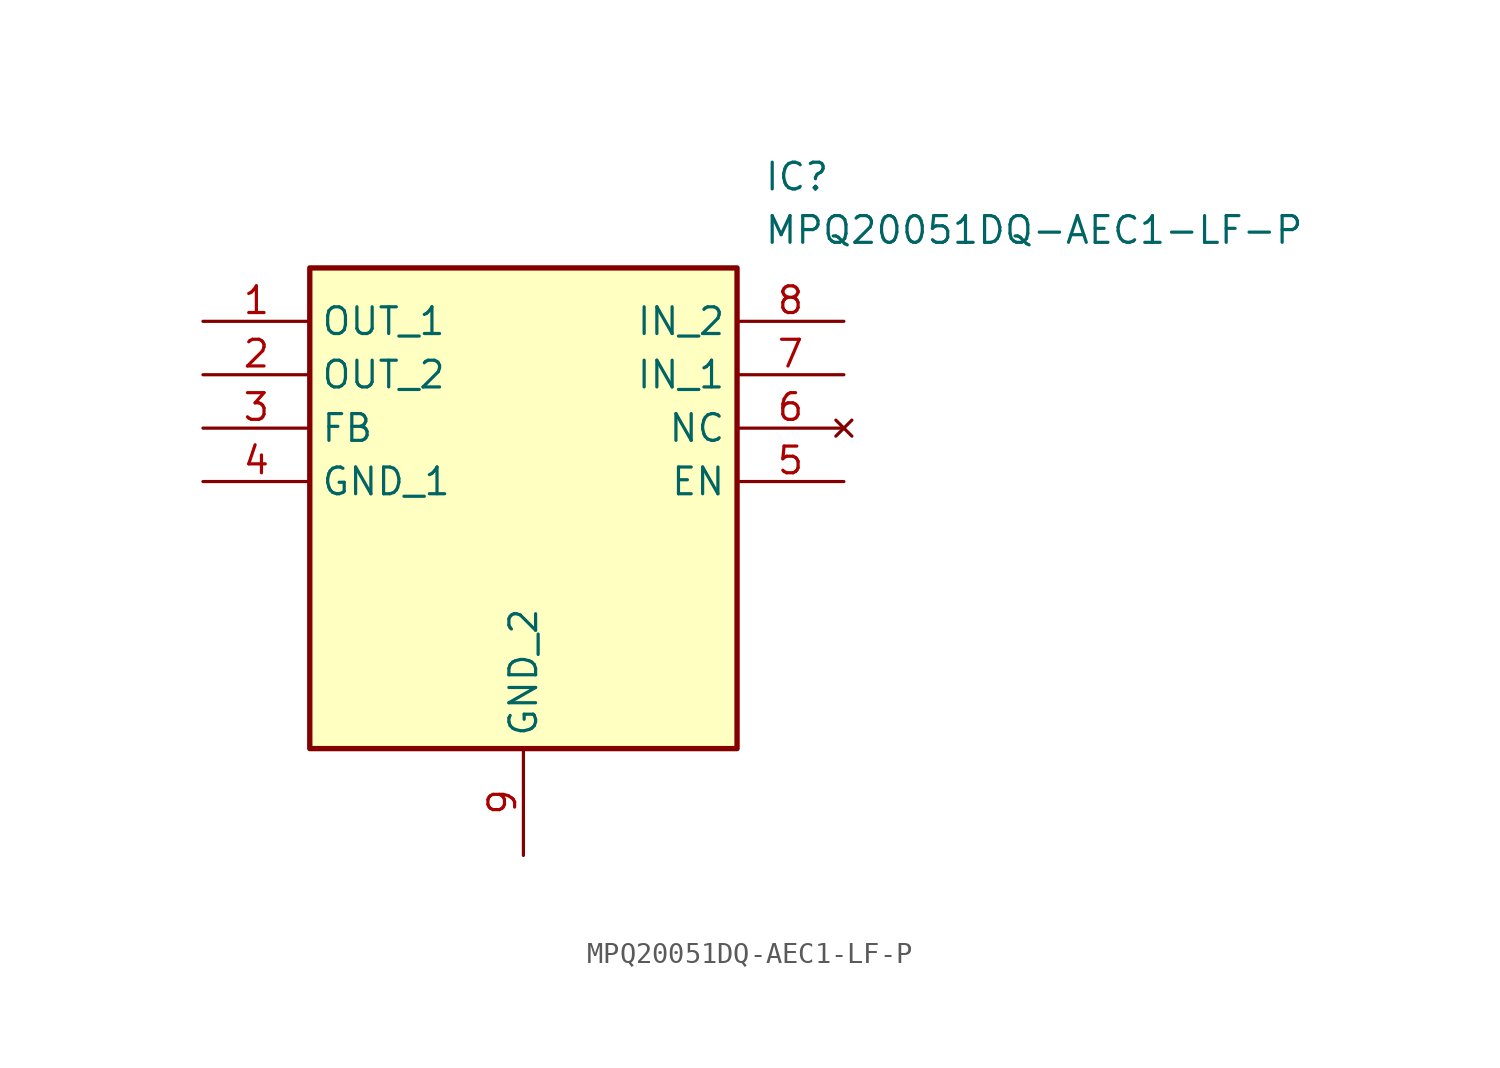
<source format=kicad_sym>
(kicad_symbol_lib
  (version 20211014)
  (generator SamacSys_ECAD_Model)
  (symbol "MPQ20051DQ-AEC1-LF-P"
    (property "Reference" "IC"
      (at 26.67 7.62 0)
      (effects (font (size 1.27 1.27)) (justify left top)))
    (property "Value" "MPQ20051DQ-AEC1-LF-P"
      (at 26.67 5.08 0)
      (effects (font (size 1.27 1.27)) (justify left top)))
    (rectangle
      (start 5.08 2.54)
      (end 25.4 -20.32)
      (stroke (width 0.254) (type default))
      (fill (type background)))
    (pin passive line
      (at 0 0 0)
      (length 5.08)
      (name "OUT_1" (effects (font (size 1.27 1.27))))
      (number "1" (effects (font (size 1.27 1.27)))))
    (pin passive line
      (at 0 -2.54 0)
      (length 5.08)
      (name "OUT_2" (effects (font (size 1.27 1.27))))
      (number "2" (effects (font (size 1.27 1.27)))))
    (pin passive line
      (at 0 -5.08 0)
      (length 5.08)
      (name "FB" (effects (font (size 1.27 1.27))))
      (number "3" (effects (font (size 1.27 1.27)))))
    (pin passive line
      (at 0 -7.62 0)
      (length 5.08)
      (name "GND_1" (effects (font (size 1.27 1.27))))
      (number "4" (effects (font (size 1.27 1.27)))))
    (pin passive line
      (at 15.24 -25.4 90)
      (length 5.08)
      (name "GND_2" (effects (font (size 1.27 1.27))))
      (number "9" (effects (font (size 1.27 1.27)))))
    (pin passive line
      (at 30.48 0 180)
      (length 5.08)
      (name "IN_2" (effects (font (size 1.27 1.27))))
      (number "8" (effects (font (size 1.27 1.27)))))
    (pin passive line
      (at 30.48 -2.54 180)
      (length 5.08)
      (name "IN_1" (effects (font (size 1.27 1.27))))
      (number "7" (effects (font (size 1.27 1.27)))))
    (pin no_connect line
      (at 30.48 -5.08 180)
      (length 5.08)
      (name "NC" (effects (font (size 1.27 1.27))))
      (number "6" (effects (font (size 1.27 1.27)))))
    (pin passive line
      (at 30.48 -7.62 180)
      (length 5.08)
      (name "EN" (effects (font (size 1.27 1.27))))
      (number "5" (effects (font (size 1.27 1.27)))))))
</source>
